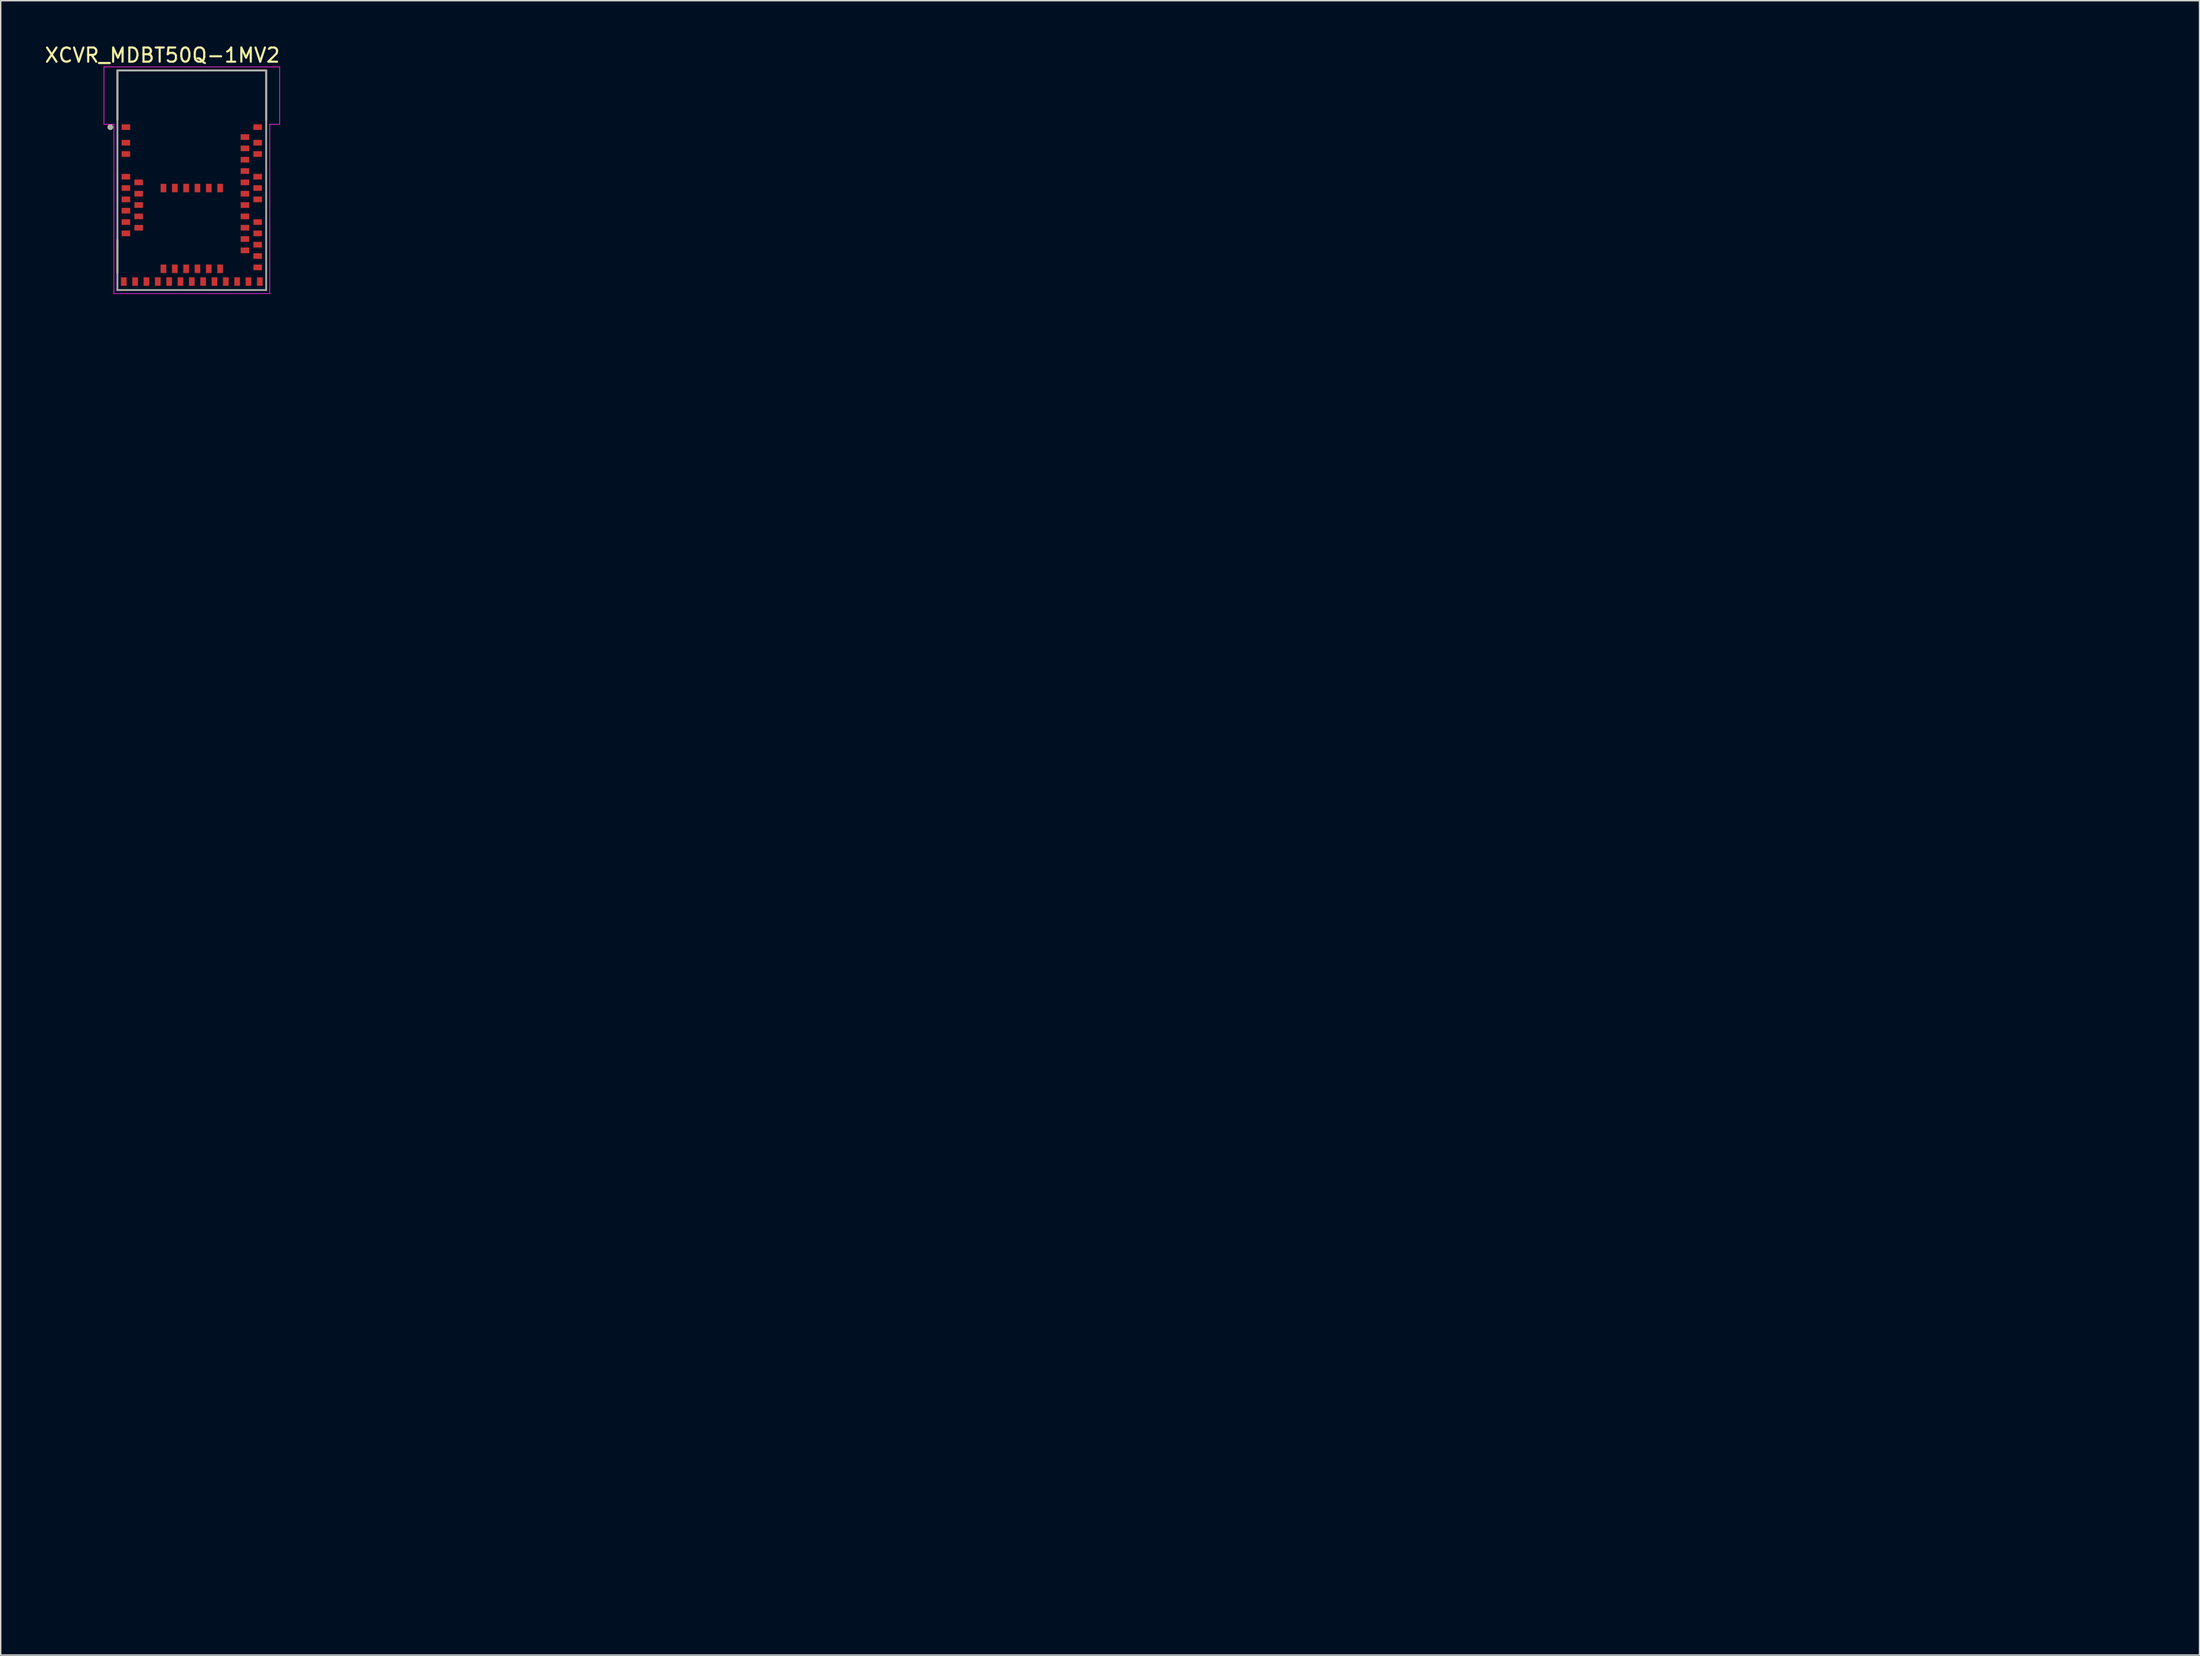
<source format=kicad_pcb>
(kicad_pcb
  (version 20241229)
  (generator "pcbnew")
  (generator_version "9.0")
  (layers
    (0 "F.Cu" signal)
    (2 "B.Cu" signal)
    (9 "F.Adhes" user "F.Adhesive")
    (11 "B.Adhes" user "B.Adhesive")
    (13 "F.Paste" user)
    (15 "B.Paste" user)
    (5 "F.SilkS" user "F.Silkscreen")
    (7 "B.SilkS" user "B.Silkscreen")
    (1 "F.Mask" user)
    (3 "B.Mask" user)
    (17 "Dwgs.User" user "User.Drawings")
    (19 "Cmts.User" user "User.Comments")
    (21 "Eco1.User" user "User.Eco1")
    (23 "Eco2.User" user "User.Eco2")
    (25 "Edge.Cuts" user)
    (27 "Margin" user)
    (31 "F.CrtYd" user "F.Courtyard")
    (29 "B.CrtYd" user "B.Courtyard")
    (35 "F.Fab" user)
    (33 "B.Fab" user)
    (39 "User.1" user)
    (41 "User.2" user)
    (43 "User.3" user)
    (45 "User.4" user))
  (footprint "XCVR_MDBT50Q-1MV2"
    (layer "F.Cu")
    (at 10.486 9.673)
    (property "Reference" "XCVR_MDBT50Q-1MV2" (at -2.075 -8.825 0) (layer "F.SilkS") (effects (font (size 1 1) (thickness 0.15))))
    (attr smd)
    (fp_line (start -5.25 -7.75) (end 5.25 -7.75) (stroke (width 0.127) (type solid)) (layer "F.SilkS"))
    (fp_line (start -5.25 -4.25) (end -5.25 -7.75) (stroke (width 0.127) (type solid)) (layer "F.SilkS"))
    (fp_line (start -5.25 4.2) (end -5.25 6.55) (stroke (width 0.127) (type solid)) (layer "F.SilkS"))
    (fp_line (start 5.25 -7.75) (end 5.25 -4.25) (stroke (width 0.127) (type solid)) (layer "F.SilkS"))
    (fp_circle (center -5.75 -3.75) (end -5.65 -3.75) (stroke (width 0.2) (type solid)) (fill no) (layer "F.SilkS"))
    (fp_line (start -6.2 -8) (end 6.2 -8) (stroke (width 0.05) (type solid)) (layer "F.CrtYd"))
    (fp_line (start -6.2 -3.95) (end -6.2 -8) (stroke (width 0.05) (type solid)) (layer "F.CrtYd"))
    (fp_line (start -5.5 -3.95) (end -6.2 -3.95) (stroke (width 0.05) (type solid)) (layer "F.CrtYd"))
    (fp_line (start -5.5 8) (end -5.5 -3.95) (stroke (width 0.05) (type solid)) (layer "F.CrtYd"))
    (fp_line (start 5.5 -3.95) (end 5.5 8) (stroke (width 0.05) (type solid)) (layer "F.CrtYd"))
    (fp_line (start 5.5 8) (end -5.5 8) (stroke (width 0.05) (type solid)) (layer "F.CrtYd"))
    (fp_line (start 6.2 -8) (end 6.2 -3.95) (stroke (width 0.05) (type solid)) (layer "F.CrtYd"))
    (fp_line (start 6.2 -3.95) (end 5.5 -3.95) (stroke (width 0.05) (type solid)) (layer "F.CrtYd"))
    (fp_line (start -5.25 -7.75) (end 5.25 -7.75) (stroke (width 0.127) (type solid)) (layer "F.Fab"))
    (fp_line (start -5.25 7.75) (end -5.25 -7.75) (stroke (width 0.127) (type solid)) (layer "F.Fab"))
    (fp_line (start 5.25 -7.75) (end 5.25 7.75) (stroke (width 0.127) (type solid)) (layer "F.Fab"))
    (fp_line (start 5.25 7.75) (end -5.25 7.75) (stroke (width 0.127) (type solid)) (layer "F.Fab"))
    (fp_circle (center -5.75 -3.75) (end -5.65 -3.75) (stroke (width 0.2) (type solid)) (fill no) (layer "F.Fab"))
    (pad "1" smd rect (at -4.65 -3.75 180) (size 0.6 0.4) (layers "F.Cu" "F.Mask" "F.Paste"))
    (pad "2" smd rect (at -4.65 -2.65 180) (size 0.6 0.4) (layers "F.Cu" "F.Mask" "F.Paste"))
    (pad "3" smd rect (at -4.65 -1.85 180) (size 0.6 0.4) (layers "F.Cu" "F.Mask" "F.Paste"))
    (pad "4" smd rect (at -4.65 -0.25 180) (size 0.6 0.4) (layers "F.Cu" "F.Mask" "F.Paste"))
    (pad "5" smd rect (at -3.75 0.15 180) (size 0.6 0.4) (layers "F.Cu" "F.Mask" "F.Paste"))
    (pad "6" smd rect (at -4.65 0.55 180) (size 0.6 0.4) (layers "F.Cu" "F.Mask" "F.Paste"))
    (pad "7" smd rect (at -3.75 0.95 180) (size 0.6 0.4) (layers "F.Cu" "F.Mask" "F.Paste"))
    (pad "8" smd rect (at -4.65 1.35 180) (size 0.6 0.4) (layers "F.Cu" "F.Mask" "F.Paste"))
    (pad "9" smd rect (at -3.75 1.75 180) (size 0.6 0.4) (layers "F.Cu" "F.Mask" "F.Paste"))
    (pad "10" smd rect (at -4.65 2.15 180) (size 0.6 0.4) (layers "F.Cu" "F.Mask" "F.Paste"))
    (pad "11" smd rect (at -3.75 2.55 180) (size 0.6 0.4) (layers "F.Cu" "F.Mask" "F.Paste"))
    (pad "12" smd rect (at -4.65 2.95 180) (size 0.6 0.4) (layers "F.Cu" "F.Mask" "F.Paste"))
    (pad "13" smd rect (at -3.75 3.35 180) (size 0.6 0.4) (layers "F.Cu" "F.Mask" "F.Paste"))
    (pad "14" smd rect (at -4.65 3.75 180) (size 0.6 0.4) (layers "F.Cu" "F.Mask" "F.Paste"))
    (pad "15" smd rect (at -4.8 7.15 180) (size 0.4 0.6) (layers "F.Cu" "F.Mask" "F.Paste"))
    (pad "16" smd rect (at -4 7.15 180) (size 0.4 0.6) (layers "F.Cu" "F.Mask" "F.Paste"))
    (pad "17" smd rect (at -3.2 7.15 180) (size 0.4 0.6) (layers "F.Cu" "F.Mask" "F.Paste"))
    (pad "18" smd rect (at -2.4 7.15 180) (size 0.4 0.6) (layers "F.Cu" "F.Mask" "F.Paste"))
    (pad "19" smd rect (at -2 6.25 180) (size 0.4 0.6) (layers "F.Cu" "F.Mask" "F.Paste"))
    (pad "20" smd rect (at -1.6 7.15 180) (size 0.4 0.6) (layers "F.Cu" "F.Mask" "F.Paste"))
    (pad "21" smd rect (at -1.2 6.25 180) (size 0.4 0.6) (layers "F.Cu" "F.Mask" "F.Paste"))
    (pad "22" smd rect (at -0.8 7.15 180) (size 0.4 0.6) (layers "F.Cu" "F.Mask" "F.Paste"))
    (pad "23" smd rect (at -0.4 6.25 180) (size 0.4 0.6) (layers "F.Cu" "F.Mask" "F.Paste"))
    (pad "24" smd rect (at 0 7.15 180) (size 0.4 0.6) (layers "F.Cu" "F.Mask" "F.Paste"))
    (pad "25" smd rect (at 0.4 6.25 180) (size 0.4 0.6) (layers "F.Cu" "F.Mask" "F.Paste"))
    (pad "26" smd rect (at 0.8 7.15 180) (size 0.4 0.6) (layers "F.Cu" "F.Mask" "F.Paste"))
    (pad "27" smd rect (at 1.2 6.25 180) (size 0.4 0.6) (layers "F.Cu" "F.Mask" "F.Paste"))
    (pad "28" smd rect (at 1.6 7.15 180) (size 0.4 0.6) (layers "F.Cu" "F.Mask" "F.Paste"))
    (pad "29" smd rect (at 2 6.25 180) (size 0.4 0.6) (layers "F.Cu" "F.Mask" "F.Paste"))
    (pad "30" smd rect (at 2.4 7.15 180) (size 0.4 0.6) (layers "F.Cu" "F.Mask" "F.Paste"))
    (pad "31" smd rect (at 3.2 7.15 180) (size 0.4 0.6) (layers "F.Cu" "F.Mask" "F.Paste"))
    (pad "32" smd rect (at 4 7.15 180) (size 0.4 0.6) (layers "F.Cu" "F.Mask" "F.Paste"))
    (pad "33" smd rect (at 4.8 7.15 180) (size 0.4 0.6) (layers "F.Cu" "F.Mask" "F.Paste"))
    (pad "34" smd rect (at 4.65 6.15) (size 0.6 0.4) (layers "F.Cu" "F.Mask" "F.Paste"))
    (pad "35" smd rect (at 4.65 5.35) (size 0.6 0.4) (layers "F.Cu" "F.Mask" "F.Paste"))
    (pad "36" smd rect (at 3.75 4.95) (size 0.6 0.4) (layers "F.Cu" "F.Mask" "F.Paste"))
    (pad "37" smd rect (at 4.65 4.55) (size 0.6 0.4) (layers "F.Cu" "F.Mask" "F.Paste"))
    (pad "38" smd rect (at 3.75 4.15) (size 0.6 0.4) (layers "F.Cu" "F.Mask" "F.Paste"))
    (pad "39" smd rect (at 4.65 3.75) (size 0.6 0.4) (layers "F.Cu" "F.Mask" "F.Paste"))
    (pad "40" smd rect (at 3.75 3.35) (size 0.6 0.4) (layers "F.Cu" "F.Mask" "F.Paste"))
    (pad "41" smd rect (at 4.65 2.95) (size 0.6 0.4) (layers "F.Cu" "F.Mask" "F.Paste"))
    (pad "42" smd rect (at 3.75 2.55) (size 0.6 0.4) (layers "F.Cu" "F.Mask" "F.Paste"))
    (pad "43" smd rect (at 3.75 1.75) (size 0.6 0.4) (layers "F.Cu" "F.Mask" "F.Paste"))
    (pad "44" smd rect (at 4.65 1.35) (size 0.6 0.4) (layers "F.Cu" "F.Mask" "F.Paste"))
    (pad "45" smd rect (at 3.75 0.95) (size 0.6 0.4) (layers "F.Cu" "F.Mask" "F.Paste"))
    (pad "46" smd rect (at 4.65 0.55) (size 0.6 0.4) (layers "F.Cu" "F.Mask" "F.Paste"))
    (pad "47" smd rect (at 3.75 0.15) (size 0.6 0.4) (layers "F.Cu" "F.Mask" "F.Paste"))
    (pad "48" smd rect (at 4.65 -0.25) (size 0.6 0.4) (layers "F.Cu" "F.Mask" "F.Paste"))
    (pad "49" smd rect (at 3.75 -0.65) (size 0.6 0.4) (layers "F.Cu" "F.Mask" "F.Paste"))
    (pad "50" smd rect (at 3.75 -1.45) (size 0.6 0.4) (layers "F.Cu" "F.Mask" "F.Paste"))
    (pad "51" smd rect (at 4.65 -1.85) (size 0.6 0.4) (layers "F.Cu" "F.Mask" "F.Paste"))
    (pad "52" smd rect (at 3.75 -2.25) (size 0.6 0.4) (layers "F.Cu" "F.Mask" "F.Paste"))
    (pad "53" smd rect (at 4.65 -2.65) (size 0.6 0.4) (layers "F.Cu" "F.Mask" "F.Paste"))
    (pad "54" smd rect (at 3.75 -3.05) (size 0.6 0.4) (layers "F.Cu" "F.Mask" "F.Paste"))
    (pad "55" smd rect (at 4.65 -3.75) (size 0.6 0.4) (layers "F.Cu" "F.Mask" "F.Paste"))
    (pad "56" smd rect (at -2 0.55 180) (size 0.4 0.6) (layers "F.Cu" "F.Mask" "F.Paste"))
    (pad "57" smd rect (at -1.2 0.55 180) (size 0.4 0.6) (layers "F.Cu" "F.Mask" "F.Paste"))
    (pad "58" smd rect (at -0.4 0.55 180) (size 0.4 0.6) (layers "F.Cu" "F.Mask" "F.Paste"))
    (pad "59" smd rect (at 0.4 0.55 180) (size 0.4 0.6) (layers "F.Cu" "F.Mask" "F.Paste"))
    (pad "60" smd rect (at 1.2 0.55 180) (size 0.4 0.6) (layers "F.Cu" "F.Mask" "F.Paste"))
    (pad "61" smd rect (at 2 0.55 180) (size 0.4 0.6) (layers "F.Cu" "F.Mask" "F.Paste"))
    (zone (net_name "") (layers "F.Cu" "B.Cu") (hatch full 0.508) (connect_pads) (min_thickness 0.01) (filled_areas_thickness no) (keepout (tracks allowed) (vias not_allowed) (pads allowed) (copperpour allowed) (footprints allowed)) (placement (enabled no)) (fill) (polygon (pts (xy 145.286 106.773) (xy 143.686 106.773) (xy 143.686 105.573) (xy 145.286 105.573))))
    (zone (net_name "") (layers "F.Cu" "B.Cu") (hatch edge 0.5) (connect_pads) (min_thickness 0.25) (filled_areas_thickness no) (keepout (tracks not_allowed) (vias not_allowed) (pads not_allowed) (copperpour not_allowed) (footprints not_allowed)) (placement (enabled no)) (fill) (polygon (pts (xy 149.186 110.773) (xy 136.686 110.773) (xy 136.686 106.773) (xy 149.186 106.773))))
    (zone (net_name "") (layer "F.Cu") (hatch full 0.508) (connect_pads) (min_thickness 0.01) (filled_areas_thickness no) (keepout (tracks not_allowed) (vias not_allowed) (pads not_allowed) (copperpour not_allowed) (footprints allowed)) (placement (enabled no)) (fill) (polygon (pts (xy 145.286 106.773) (xy 143.686 106.773) (xy 143.686 105.573) (xy 145.286 105.573)))))
  (gr_rect
    (start -3 -3)
    (end 152.186 113.773)
    (stroke (width 0.1) (type default))
    (fill no)
    (layer "Edge.Cuts")))
</source>
